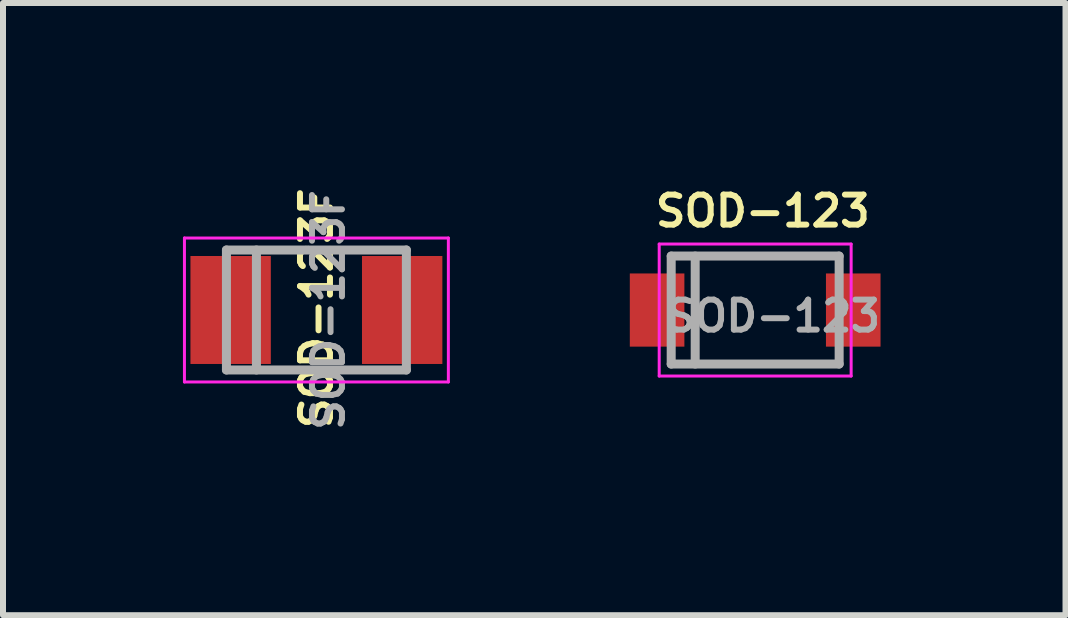
<source format=kicad_pcb>
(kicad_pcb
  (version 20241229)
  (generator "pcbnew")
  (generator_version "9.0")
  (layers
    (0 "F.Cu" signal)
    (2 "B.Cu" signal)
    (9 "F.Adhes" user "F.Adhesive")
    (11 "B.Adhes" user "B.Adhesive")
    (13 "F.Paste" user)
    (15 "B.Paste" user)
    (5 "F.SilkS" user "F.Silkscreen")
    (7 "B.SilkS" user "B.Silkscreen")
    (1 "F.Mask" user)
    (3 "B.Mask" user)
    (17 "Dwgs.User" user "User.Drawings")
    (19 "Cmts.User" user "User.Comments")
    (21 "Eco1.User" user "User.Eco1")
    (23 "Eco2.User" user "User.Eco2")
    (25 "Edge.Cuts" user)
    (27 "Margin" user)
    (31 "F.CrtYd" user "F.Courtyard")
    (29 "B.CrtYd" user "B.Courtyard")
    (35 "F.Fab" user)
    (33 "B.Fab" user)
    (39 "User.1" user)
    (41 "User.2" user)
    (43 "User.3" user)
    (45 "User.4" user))
  (footprint "SOD-123F"
    (layer "F.Cu")
    (at 2.225 2.118)
    (property "Reference" "SOD-123F" (at 0 -0.03 90) (layer "F.SilkS") (effects (font (size 0.5 0.5) (thickness 0.1))))
    (attr smd)
    (fp_line (start -2.2 -1.2) (end 2.2 -1.2) (stroke (width 0.05) (type solid)) (layer "F.CrtYd"))
    (fp_line (start -2.2 1.2) (end -2.2 -1.2) (stroke (width 0.05) (type solid)) (layer "F.CrtYd"))
    (fp_line (start 2.2 -1.2) (end 2.2 1.2) (stroke (width 0.05) (type solid)) (layer "F.CrtYd"))
    (fp_line (start 2.2 1.2) (end -2.2 1.2) (stroke (width 0.05) (type solid)) (layer "F.CrtYd"))
    (fp_line (start -1.5 -1) (end -1.5 1) (stroke (width 0.15) (type solid)) (layer "F.Fab"))
    (fp_line (start -1.5 1) (end 1.5 1) (stroke (width 0.15) (type solid)) (layer "F.Fab"))
    (fp_line (start -1 -1) (end -1 1) (stroke (width 0.15) (type solid)) (layer "F.Fab"))
    (fp_line (start 1.5 -1) (end -1.5 -1) (stroke (width 0.15) (type solid)) (layer "F.Fab"))
    (fp_line (start 1.5 1) (end 1.5 -1) (stroke (width 0.15) (type solid)) (layer "F.Fab"))
    (fp_text user "${REFERENCE}" (at 0.2 0 90) (layer "F.Fab") (effects (font (size 0.5 0.5) (thickness 0.1))))
    (pad "A" smd rect (at 1.43 0) (size 1.34 1.8) (layers "F.Cu" "F.Mask" "F.Paste"))
    (pad "K" smd rect (at -1.43 0) (size 1.34 1.8) (layers "F.Cu" "F.Mask" "F.Paste")))
  (footprint "SOD-123"
    (layer "F.Cu")
    (at 9.54 2.119)
    (property "Reference" "SOD-123" (at 0.127 -1.651 180) (layer "F.SilkS") (effects (font (size 0.5 0.5) (thickness 0.1))))
    (attr smd)
    (fp_line (start -1.6 -1.1) (end 1.6 -1.1) (stroke (width 0.05) (type solid)) (layer "F.CrtYd"))
    (fp_line (start -1.6 1.1) (end -1.6 -1.1) (stroke (width 0.05) (type solid)) (layer "F.CrtYd"))
    (fp_line (start 1.6 -1.1) (end 1.6 1.1) (stroke (width 0.05) (type solid)) (layer "F.CrtYd"))
    (fp_line (start 1.6 1.1) (end -1.6 1.1) (stroke (width 0.05) (type solid)) (layer "F.CrtYd"))
    (fp_line (start -1.4 -0.9) (end -1.4 0.9) (stroke (width 0.15) (type solid)) (layer "F.Fab"))
    (fp_line (start -1.4 0.9) (end 1.4 0.9) (stroke (width 0.15) (type solid)) (layer "F.Fab"))
    (fp_line (start -1 -0.9) (end -1 0.9) (stroke (width 0.15) (type solid)) (layer "F.Fab"))
    (fp_line (start 1.4 -0.9) (end -1.4 -0.9) (stroke (width 0.15) (type solid)) (layer "F.Fab"))
    (fp_line (start 1.4 0.9) (end 1.4 -0.9) (stroke (width 0.15) (type solid)) (layer "F.Fab"))
    (fp_text user "${REFERENCE}" (at 0.3 0.1 180) (layer "F.Fab") (effects (font (size 0.5 0.5) (thickness 0.1))))
    (pad "A" smd rect (at 1.635 0) (size 0.91 1.22) (layers "F.Cu" "F.Mask" "F.Paste"))
    (pad "C" smd rect (at -1.635 0) (size 0.91 1.22) (layers "F.Cu" "F.Mask" "F.Paste")))
  (gr_rect
    (start -3 -3)
    (end 14.714 7.206)
    (stroke (width 0.1) (type default))
    (fill no)
    (layer "Edge.Cuts")))
</source>
